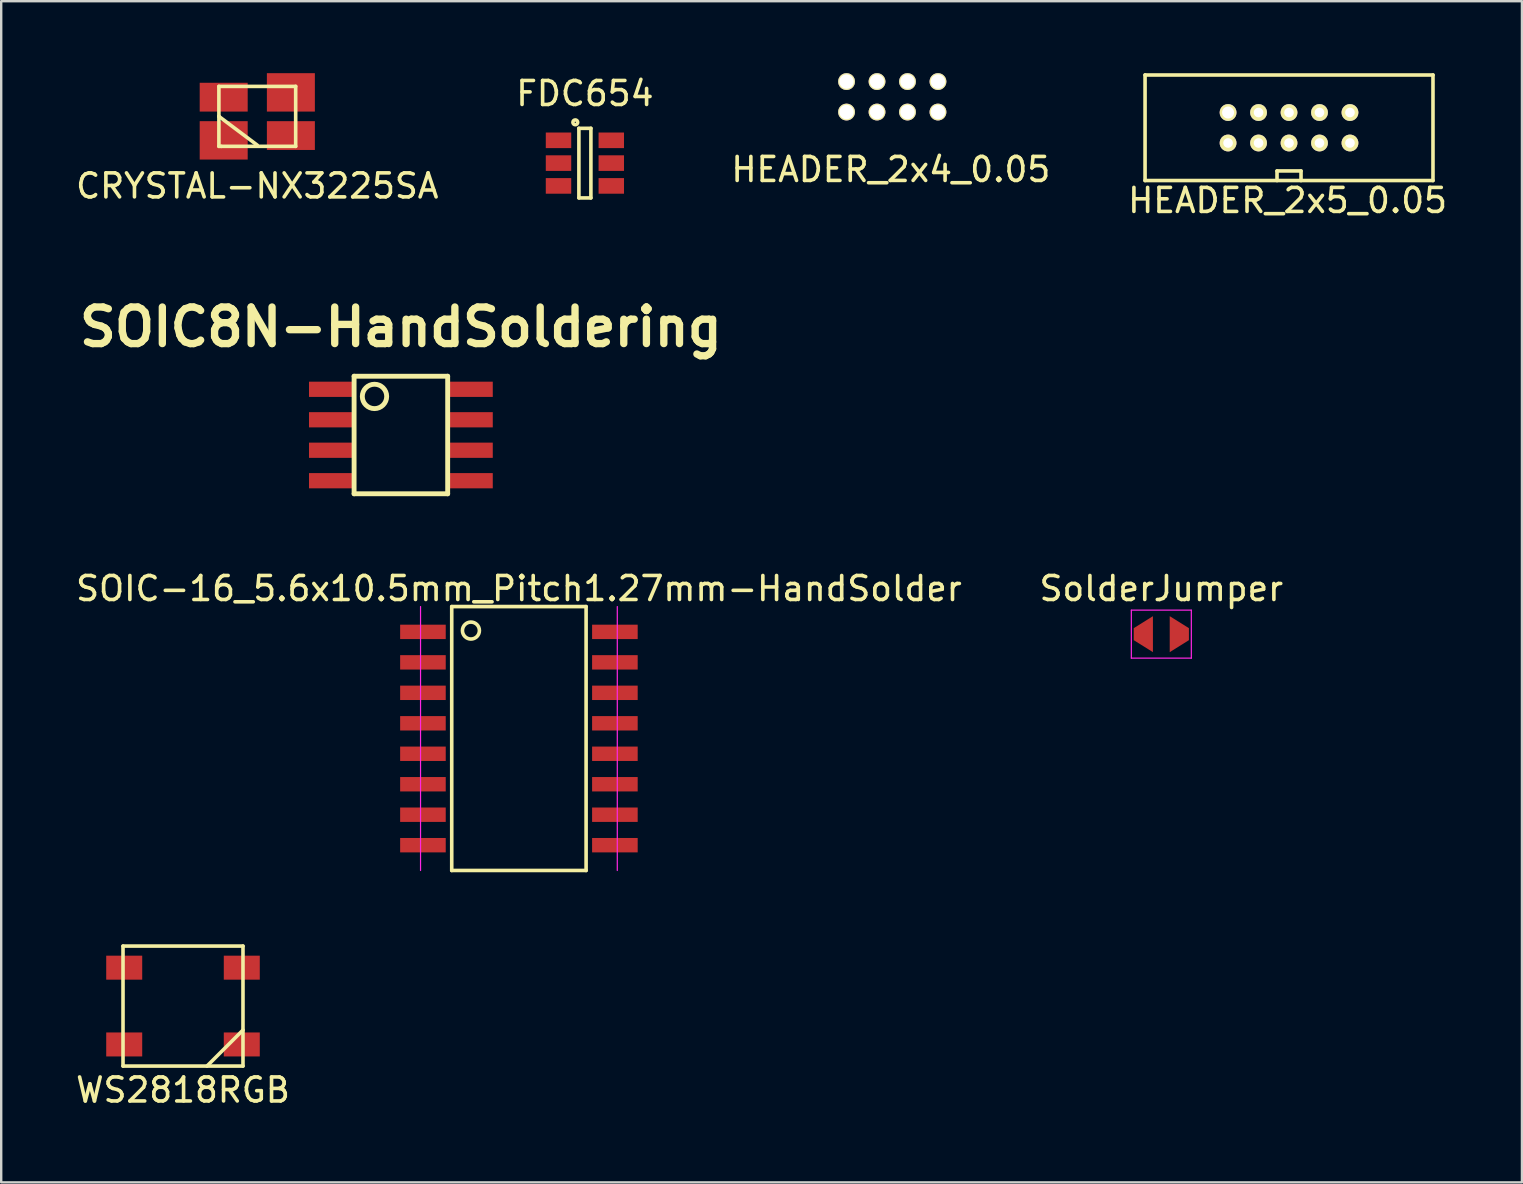
<source format=kicad_pcb>
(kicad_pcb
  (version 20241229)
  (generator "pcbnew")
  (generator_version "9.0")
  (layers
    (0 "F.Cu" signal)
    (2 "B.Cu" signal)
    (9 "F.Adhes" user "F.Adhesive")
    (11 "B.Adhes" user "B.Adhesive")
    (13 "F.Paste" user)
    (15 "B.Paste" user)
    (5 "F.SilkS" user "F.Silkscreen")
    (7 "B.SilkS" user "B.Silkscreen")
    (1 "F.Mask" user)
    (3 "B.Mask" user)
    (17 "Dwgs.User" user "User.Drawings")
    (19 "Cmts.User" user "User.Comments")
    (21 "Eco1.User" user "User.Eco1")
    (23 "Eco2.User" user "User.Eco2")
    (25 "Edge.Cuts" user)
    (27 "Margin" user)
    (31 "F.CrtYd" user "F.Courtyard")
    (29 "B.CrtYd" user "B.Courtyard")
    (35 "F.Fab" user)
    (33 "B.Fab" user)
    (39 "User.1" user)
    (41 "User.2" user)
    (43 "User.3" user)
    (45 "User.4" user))
  (footprint "HEADER_2x4_0.05"
    (layer "F.Cu")
    (at 34.137 0.985)
    (property "Reference" "HEADER_2x4_0.05" (at -0.06 3.03 0) (layer "F.SilkS") (effects (font (size 1 1) (thickness 0.15))))
    (attr through_hole)
    (pad "1" thru_hole circle (at -1.905 0.635) (size 0.7 0.7) (drill 0.6) (layers "*.Cu" "*.Mask" "F.SilkS"))
    (pad "2" thru_hole circle (at -1.905 -0.635) (size 0.7 0.7) (drill 0.6) (layers "*.Cu" "*.Mask" "F.SilkS"))
    (pad "3" thru_hole circle (at -0.635 0.635) (size 0.7 0.7) (drill 0.6) (layers "*.Cu" "*.Mask" "F.SilkS"))
    (pad "4" thru_hole circle (at -0.635 -0.635) (size 0.7 0.7) (drill 0.6) (layers "*.Cu" "*.Mask" "F.SilkS"))
    (pad "5" thru_hole circle (at 0.635 0.635) (size 0.7 0.7) (drill 0.6) (layers "*.Cu" "*.Mask" "F.SilkS"))
    (pad "6" thru_hole circle (at 0.635 -0.635) (size 0.7 0.7) (drill 0.6) (layers "*.Cu" "*.Mask" "F.SilkS"))
    (pad "7" thru_hole circle (at 1.905 0.635) (size 0.7 0.7) (drill 0.6) (layers "*.Cu" "*.Mask" "F.SilkS"))
    (pad "8" thru_hole circle (at 1.905 -0.635) (size 0.7 0.7) (drill 0.6) (layers "*.Cu" "*.Mask" "F.SilkS")))
  (footprint "SOIC8N-HandSoldering"
    (layer "F.Cu")
    (at 13.658 15.08)
    (property "Reference" "SOIC8N-HandSoldering" (at 0 -4.5 0) (layer "F.SilkS") (effects (font (size 1.524 1.524) (thickness 0.305))))
    (attr through_hole)
    (fp_line (start -1.95 -2.45) (end -1.95 2.45) (stroke (width 0.203) (type solid)) (layer "F.SilkS"))
    (fp_line (start -1.95 2.45) (end 1.95 2.45) (stroke (width 0.203) (type solid)) (layer "F.SilkS"))
    (fp_line (start 1.95 -2.45) (end -1.95 -2.45) (stroke (width 0.203) (type solid)) (layer "F.SilkS"))
    (fp_line (start 1.95 2.45) (end 1.95 -2.45) (stroke (width 0.203) (type solid)) (layer "F.SilkS"))
    (fp_circle (center -1.1 -1.608) (end -0.592 -1.608) (stroke (width 0.203) (type solid)) (fill no) (layer "F.SilkS"))
    (pad "1" smd rect (at -2.877 -1.905) (size 1.905 0.635) (layers "F.Cu" "F.Mask" "F.Paste"))
    (pad "2" smd rect (at -2.877 -0.635) (size 1.905 0.635) (layers "F.Cu" "F.Mask" "F.Paste"))
    (pad "3" smd rect (at -2.877 0.635) (size 1.905 0.635) (layers "F.Cu" "F.Mask" "F.Paste"))
    (pad "4" smd rect (at -2.877 1.905) (size 1.905 0.635) (layers "F.Cu" "F.Mask" "F.Paste"))
    (pad "5" smd rect (at 2.877 1.905) (size 1.905 0.635) (layers "F.Cu" "F.Mask" "F.Paste"))
    (pad "6" smd rect (at 2.877 0.635) (size 1.905 0.635) (layers "F.Cu" "F.Mask" "F.Paste"))
    (pad "7" smd rect (at 2.877 -0.635) (size 1.905 0.635) (layers "F.Cu" "F.Mask" "F.Paste"))
    (pad "8" smd rect (at 2.877 -1.905) (size 1.905 0.635) (layers "F.Cu" "F.Mask" "F.Paste")))
  (footprint "HEADER_2x5_0.05"
    (layer "F.Cu")
    (at 50.673 2.275)
    (property "Reference" "HEADER_2x5_0.05" (at -0.06 3.03 0) (layer "F.SilkS") (effects (font (size 1 1) (thickness 0.15))))
    (attr through_hole)
    (fp_line (start -6 -2.2) (end 6 -2.2) (stroke (width 0.15) (type solid)) (layer "F.SilkS"))
    (fp_line (start -6 2.2) (end -6 -2.2) (stroke (width 0.15) (type solid)) (layer "F.SilkS"))
    (fp_line (start -6 2.2) (end 6 2.2) (stroke (width 0.15) (type solid)) (layer "F.SilkS"))
    (fp_line (start -0.5 1.8) (end 0.5 1.8) (stroke (width 0.15) (type solid)) (layer "F.SilkS"))
    (fp_line (start -0.5 2.2) (end -0.5 1.8) (stroke (width 0.15) (type solid)) (layer "F.SilkS"))
    (fp_line (start 0.5 1.8) (end 0.5 2.2) (stroke (width 0.15) (type solid)) (layer "F.SilkS"))
    (fp_line (start 6 -2.2) (end 6 2.2) (stroke (width 0.15) (type solid)) (layer "F.SilkS"))
    (pad "1" thru_hole circle (at -2.54 0.635) (size 0.7 0.7) (drill 0.4) (layers "*.Cu" "*.Mask" "F.SilkS"))
    (pad "2" thru_hole circle (at -2.54 -0.635) (size 0.7 0.7) (drill 0.5) (layers "*.Cu" "*.Mask" "F.SilkS"))
    (pad "3" thru_hole circle (at -1.27 0.635) (size 0.7 0.7) (drill 0.4) (layers "*.Cu" "*.Mask" "F.SilkS"))
    (pad "4" thru_hole circle (at -1.27 -0.635) (size 0.7 0.7) (drill 0.4) (layers "*.Cu" "*.Mask" "F.SilkS"))
    (pad "5" thru_hole circle (at 0 0.635) (size 0.7 0.7) (drill 0.4) (layers "*.Cu" "*.Mask" "F.SilkS"))
    (pad "6" thru_hole circle (at 0 -0.635) (size 0.7 0.7) (drill 0.4) (layers "*.Cu" "*.Mask" "F.SilkS"))
    (pad "7" thru_hole circle (at 1.27 0.635) (size 0.7 0.7) (drill 0.4) (layers "*.Cu" "*.Mask" "F.SilkS"))
    (pad "8" thru_hole circle (at 1.27 -0.635) (size 0.7 0.7) (drill 0.4) (layers "*.Cu" "*.Mask" "F.SilkS"))
    (pad "9" thru_hole circle (at 2.54 0.635) (size 0.7 0.7) (drill 0.4) (layers "*.Cu" "*.Mask" "F.SilkS"))
    (pad "10" thru_hole circle (at 2.54 -0.635) (size 0.7 0.7) (drill 0.4) (layers "*.Cu" "*.Mask" "F.SilkS")))
  (footprint "SolderJumper"
    (layer "F.Cu")
    (at 45.351 23.38)
    (property "Reference" "SolderJumper" (at 0 -1.9 0) (layer "F.SilkS") (effects (font (size 1 1) (thickness 0.15))))
    (attr smd)
    (fp_line (start -0.25 0) (end 0.25 0) (stroke (width 1.5) (type solid)) (layer "F.Mask"))
    (fp_line (start -1.25 -1) (end -1.25 1) (stroke (width 0.05) (type solid)) (layer "F.CrtYd"))
    (fp_line (start -1.25 -1) (end 1.25 -1) (stroke (width 0.05) (type solid)) (layer "F.CrtYd"))
    (fp_line (start -1.25 1) (end 1.25 1) (stroke (width 0.05) (type solid)) (layer "F.CrtYd"))
    (fp_line (start 1.25 -1) (end 1.25 1) (stroke (width 0.05) (type solid)) (layer "F.CrtYd"))
    (pad "1" smd trapezoid (at -0.75 0 90) (size 1 0.8) (rect_delta 0 0.5) (layers "F.Cu" "F.Mask" "F.Paste"))
    (pad "2" smd trapezoid (at 0.75 0 270) (size 1 0.8) (rect_delta 0 0.5) (layers "F.Cu" "F.Mask" "F.Paste")))
  (footprint "WS2818RGB"
    (layer "F.Cu")
    (at 4.577 38.88)
    (property "Reference" "WS2818RGB" (at 0 3.5 0) (layer "F.SilkS") (effects (font (size 1 1) (thickness 0.15))))
    (attr through_hole)
    (fp_line (start -2.5 -2.5) (end 2.5 -2.5) (stroke (width 0.15) (type solid)) (layer "F.SilkS"))
    (fp_line (start -2.5 2.5) (end -2.5 -2.5) (stroke (width 0.15) (type solid)) (layer "F.SilkS"))
    (fp_line (start 2.5 -2.5) (end 2.5 2.5) (stroke (width 0.15) (type solid)) (layer "F.SilkS"))
    (fp_line (start 2.5 1) (end 1 2.5) (stroke (width 0.15) (type solid)) (layer "F.SilkS"))
    (fp_line (start 2.5 2.5) (end -2.5 2.5) (stroke (width 0.15) (type solid)) (layer "F.SilkS"))
    (pad "1" smd rect (at -2.45 -1.6) (size 1.5 1) (layers "F.Cu" "F.Mask" "F.Paste"))
    (pad "2" smd rect (at -2.45 1.6) (size 1.5 1) (layers "F.Cu" "F.Mask" "F.Paste"))
    (pad "3" smd rect (at 2.45 1.6) (size 1.5 1) (layers "F.Cu" "F.Mask" "F.Paste"))
    (pad "4" smd rect (at 2.45 -1.6) (size 1.5 1) (layers "F.Cu" "F.Mask" "F.Paste")))
  (footprint "CRYSTAL-NX3225SA"
    (layer "F.Cu")
    (at 7.673 1.8)
    (property "Reference" "CRYSTAL-NX3225SA" (at 0 2.9 0) (layer "F.SilkS") (effects (font (size 1 1) (thickness 0.15))))
    (attr through_hole)
    (fp_line (start -1.6 -1.25) (end 1.6 -1.25) (stroke (width 0.15) (type solid)) (layer "F.SilkS"))
    (fp_line (start -1.6 0) (end -1.6 -1.25) (stroke (width 0.15) (type solid)) (layer "F.SilkS"))
    (fp_line (start -1.6 0) (end 0 1.2) (stroke (width 0.15) (type solid)) (layer "F.SilkS"))
    (fp_line (start -1.6 1.25) (end -1.6 0) (stroke (width 0.15) (type solid)) (layer "F.SilkS"))
    (fp_line (start -1.5 1.25) (end -1.6 1.25) (stroke (width 0.15) (type solid)) (layer "F.SilkS"))
    (fp_line (start 1.6 -1.25) (end 1.6 1.25) (stroke (width 0.15) (type solid)) (layer "F.SilkS"))
    (fp_line (start 1.6 1.25) (end -1.5 1.25) (stroke (width 0.15) (type solid)) (layer "F.SilkS"))
    (pad "1" smd rect (at -1.4 1) (size 2 1.6) (layers "F.Cu" "F.Mask" "F.Paste"))
    (pad "2" smd rect (at 1.4 -1) (size 2 1.6) (layers "F.Cu" "F.Mask" "F.Paste"))
    (pad "3" smd rect (at -1.4 -0.8) (size 2 1.2) (layers "F.Cu" "F.Mask" "F.Paste"))
    (pad "3" smd rect (at 1.4 0.8) (size 2 1.2) (layers "F.Cu" "F.Mask" "F.Paste")))
  (footprint "SOIC-16_5.6x10.5mm_Pitch1.27mm-HandSolder"
    (layer "F.Cu")
    (at 18.577 27.73)
    (property "Reference" "SOIC-16_5.6x10.5mm_Pitch1.27mm-HandSolder" (at 0 -6.25 0) (layer "F.SilkS") (effects (font (size 1 1) (thickness 0.15))))
    (attr smd)
    (fp_line (start -2.8 -5.5) (end -2.8 5.5) (stroke (width 0.15) (type solid)) (layer "F.SilkS"))
    (fp_line (start -2.8 -5.5) (end 2.8 -5.5) (stroke (width 0.15) (type solid)) (layer "F.SilkS"))
    (fp_line (start -2.8 5.5) (end 2.8 5.5) (stroke (width 0.15) (type solid)) (layer "F.SilkS"))
    (fp_line (start 2.8 -5.5) (end 2.8 5.5) (stroke (width 0.15) (type solid)) (layer "F.SilkS"))
    (fp_circle (center -2 -4.5) (end -1.75 -4.25) (stroke (width 0.15) (type solid)) (fill no) (layer "F.SilkS"))
    (fp_line (start -4.1 -5.5) (end -4.1 5.5) (stroke (width 0.05) (type solid)) (layer "F.CrtYd"))
    (fp_line (start 4.1 -5.5) (end 4.1 5.5) (stroke (width 0.05) (type solid)) (layer "F.CrtYd"))
    (pad "1" smd rect (at -4 -4.445) (size 1.9 0.6) (layers "F.Cu" "F.Mask" "F.Paste"))
    (pad "2" smd rect (at -4 -3.175) (size 1.9 0.6) (layers "F.Cu" "F.Mask" "F.Paste"))
    (pad "3" smd rect (at -4 -1.905) (size 1.9 0.6) (layers "F.Cu" "F.Mask" "F.Paste"))
    (pad "4" smd rect (at -4 -0.635) (size 1.9 0.6) (layers "F.Cu" "F.Mask" "F.Paste"))
    (pad "5" smd rect (at -4 0.635) (size 1.9 0.6) (layers "F.Cu" "F.Mask" "F.Paste"))
    (pad "6" smd rect (at -4 1.905) (size 1.9 0.6) (layers "F.Cu" "F.Mask" "F.Paste"))
    (pad "7" smd rect (at -4 3.175) (size 1.9 0.6) (layers "F.Cu" "F.Mask" "F.Paste"))
    (pad "8" smd rect (at -4 4.445) (size 1.9 0.6) (layers "F.Cu" "F.Mask" "F.Paste"))
    (pad "9" smd rect (at 4 4.445) (size 1.9 0.6) (layers "F.Cu" "F.Mask" "F.Paste"))
    (pad "10" smd rect (at 4 3.175) (size 1.9 0.6) (layers "F.Cu" "F.Mask" "F.Paste"))
    (pad "11" smd rect (at 4 1.905) (size 1.9 0.6) (layers "F.Cu" "F.Mask" "F.Paste"))
    (pad "12" smd rect (at 4 0.635) (size 1.9 0.6) (layers "F.Cu" "F.Mask" "F.Paste"))
    (pad "13" smd rect (at 4 -0.635) (size 1.9 0.6) (layers "F.Cu" "F.Mask" "F.Paste"))
    (pad "14" smd rect (at 4 -1.905) (size 1.9 0.6) (layers "F.Cu" "F.Mask" "F.Paste"))
    (pad "15" smd rect (at 4 -3.175) (size 1.9 0.6) (layers "F.Cu" "F.Mask" "F.Paste"))
    (pad "16" smd rect (at 4 -4.445) (size 1.9 0.6) (layers "F.Cu" "F.Mask" "F.Paste")))
  (footprint "FDC654"
    (layer "F.Cu")
    (at 21.327 3.748)
    (property "Reference" "FDC654" (at 0 -2.9 0) (layer "F.SilkS") (effects (font (size 1 1) (thickness 0.15))))
    (attr smd)
    (fp_line (start -0.25 -1.45) (end -0.25 1.45) (stroke (width 0.15) (type solid)) (layer "F.SilkS"))
    (fp_line (start -0.25 1.45) (end 0.25 1.45) (stroke (width 0.15) (type solid)) (layer "F.SilkS"))
    (fp_line (start 0.25 -1.45) (end -0.25 -1.45) (stroke (width 0.15) (type solid)) (layer "F.SilkS"))
    (fp_line (start 0.25 1.45) (end 0.25 -1.45) (stroke (width 0.15) (type solid)) (layer "F.SilkS"))
    (fp_circle (center -0.4 -1.7) (end -0.3 -1.7) (stroke (width 0.15) (type solid)) (fill no) (layer "F.SilkS"))
    (pad "1" smd rect (at 1.1 0.95) (size 1.06 0.65) (layers "F.Cu" "F.Mask" "F.Paste"))
    (pad "2" smd rect (at -1.1 0.95) (size 1.06 0.65) (layers "F.Cu" "F.Mask" "F.Paste"))
    (pad "3" smd rect (at -1.1 -0.95) (size 1.06 0.65) (layers "F.Cu" "F.Mask" "F.Paste"))
    (pad "3" smd rect (at -1.1 0) (size 1.06 0.65) (layers "F.Cu" "F.Mask" "F.Paste"))
    (pad "3" smd rect (at 1.1 -0.95) (size 1.06 0.65) (layers "F.Cu" "F.Mask" "F.Paste"))
    (pad "3" smd rect (at 1.1 0) (size 1.06 0.65) (layers "F.Cu" "F.Mask" "F.Paste")))
  (gr_rect
    (start -3 -3)
    (end 60.381 46.228)
    (stroke (width 0.1) (type default))
    (fill no)
    (layer "Edge.Cuts")))
</source>
